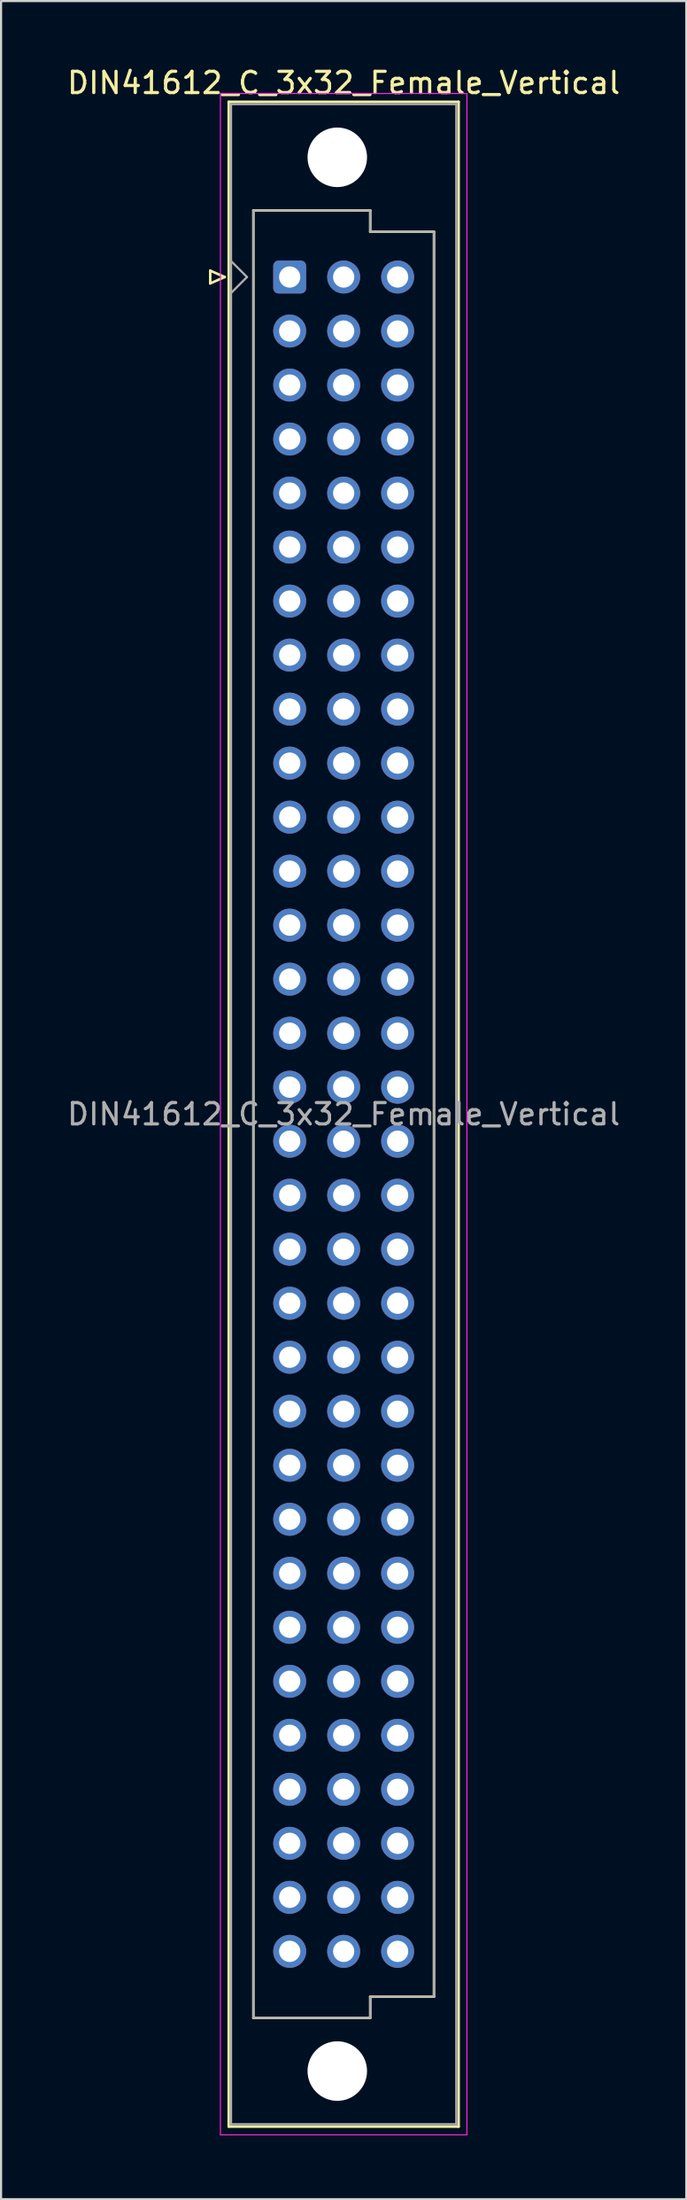
<source format=kicad_pcb>
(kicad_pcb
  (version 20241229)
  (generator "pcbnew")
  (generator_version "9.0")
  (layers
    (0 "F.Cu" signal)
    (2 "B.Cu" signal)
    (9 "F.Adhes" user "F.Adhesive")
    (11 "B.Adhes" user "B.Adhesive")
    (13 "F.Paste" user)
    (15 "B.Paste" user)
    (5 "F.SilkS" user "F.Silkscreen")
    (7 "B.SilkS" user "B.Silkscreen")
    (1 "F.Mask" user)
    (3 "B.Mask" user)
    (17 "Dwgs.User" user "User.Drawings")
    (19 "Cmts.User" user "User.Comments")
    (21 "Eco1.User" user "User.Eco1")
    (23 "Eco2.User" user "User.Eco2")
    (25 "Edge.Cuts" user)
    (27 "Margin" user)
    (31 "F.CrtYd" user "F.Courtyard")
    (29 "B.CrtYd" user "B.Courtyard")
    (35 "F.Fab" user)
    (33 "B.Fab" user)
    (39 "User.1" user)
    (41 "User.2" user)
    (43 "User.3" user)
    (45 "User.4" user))
  (footprint "DIN41612_C_3x32_Female_Vertical"
    (layer "F.Cu")
    (at 10.585 9.978)
    (property "Reference" "DIN41612_C_3x32_Female_Vertical" (at 2.54 -9.13 0) (layer "F.SilkS") (effects (font (size 1 1) (thickness 0.15))))
    (attr through_hole)
    (fp_line (start -3.74 -0.3) (end -3.74 0.3) (stroke (width 0.12) (type solid)) (layer "F.SilkS"))
    (fp_line (start -3.74 0.3) (end -3.06 0) (stroke (width 0.12) (type solid)) (layer "F.SilkS"))
    (fp_line (start -3.06 0) (end -3.74 -0.3) (stroke (width 0.12) (type solid)) (layer "F.SilkS"))
    (fp_line (start -2.87 -8.24) (end 7.95 -8.24) (stroke (width 0.12) (type solid)) (layer "F.SilkS"))
    (fp_line (start -2.87 86.98) (end -2.87 -8.24) (stroke (width 0.12) (type solid)) (layer "F.SilkS"))
    (fp_line (start -1.71 -3.13) (end 3.79 -3.13) (stroke (width 0.12) (type solid)) (layer "F.SilkS"))
    (fp_line (start -1.71 81.87) (end -1.71 -3.13) (stroke (width 0.12) (type solid)) (layer "F.SilkS"))
    (fp_line (start 3.79 -3.13) (end 3.79 -2.13) (stroke (width 0.12) (type solid)) (layer "F.SilkS"))
    (fp_line (start 3.79 -2.13) (end 6.79 -2.13) (stroke (width 0.12) (type solid)) (layer "F.SilkS"))
    (fp_line (start 3.79 80.87) (end 3.79 81.87) (stroke (width 0.12) (type solid)) (layer "F.SilkS"))
    (fp_line (start 3.79 81.87) (end -1.71 81.87) (stroke (width 0.12) (type solid)) (layer "F.SilkS"))
    (fp_line (start 6.79 -2.13) (end 6.79 80.87) (stroke (width 0.12) (type solid)) (layer "F.SilkS"))
    (fp_line (start 6.79 80.87) (end 3.79 80.87) (stroke (width 0.12) (type solid)) (layer "F.SilkS"))
    (fp_line (start 7.95 -8.24) (end 7.95 86.98) (stroke (width 0.12) (type solid)) (layer "F.SilkS"))
    (fp_line (start 7.95 86.98) (end -2.87 86.98) (stroke (width 0.12) (type solid)) (layer "F.SilkS"))
    (fp_line (start -3.26 -8.63) (end 8.34 -8.63) (stroke (width 0.05) (type solid)) (layer "F.CrtYd"))
    (fp_line (start -3.26 87.37) (end -3.26 -8.63) (stroke (width 0.05) (type solid)) (layer "F.CrtYd"))
    (fp_line (start 8.34 -8.63) (end 8.34 87.37) (stroke (width 0.05) (type solid)) (layer "F.CrtYd"))
    (fp_line (start 8.34 87.37) (end -3.26 87.37) (stroke (width 0.05) (type solid)) (layer "F.CrtYd"))
    (fp_line (start -2.76 -8.13) (end 7.84 -8.13) (stroke (width 0.1) (type solid)) (layer "F.Fab"))
    (fp_line (start -2.76 -0.75) (end -2.01 0) (stroke (width 0.1) (type solid)) (layer "F.Fab"))
    (fp_line (start -2.76 86.87) (end -2.76 -8.13) (stroke (width 0.1) (type solid)) (layer "F.Fab"))
    (fp_line (start -2.01 0) (end -2.76 0.75) (stroke (width 0.1) (type solid)) (layer "F.Fab"))
    (fp_line (start -1.71 -3.13) (end 3.79 -3.13) (stroke (width 0.1) (type solid)) (layer "F.Fab"))
    (fp_line (start -1.71 81.87) (end -1.71 -3.13) (stroke (width 0.1) (type solid)) (layer "F.Fab"))
    (fp_line (start 3.79 -3.13) (end 3.79 -2.13) (stroke (width 0.1) (type solid)) (layer "F.Fab"))
    (fp_line (start 3.79 -2.13) (end 6.79 -2.13) (stroke (width 0.1) (type solid)) (layer "F.Fab"))
    (fp_line (start 3.79 80.87) (end 3.79 81.87) (stroke (width 0.1) (type solid)) (layer "F.Fab"))
    (fp_line (start 3.79 81.87) (end -1.71 81.87) (stroke (width 0.1) (type solid)) (layer "F.Fab"))
    (fp_line (start 6.79 -2.13) (end 6.79 80.87) (stroke (width 0.1) (type solid)) (layer "F.Fab"))
    (fp_line (start 6.79 80.87) (end 3.79 80.87) (stroke (width 0.1) (type solid)) (layer "F.Fab"))
    (fp_line (start 7.84 -8.13) (end 7.84 86.87) (stroke (width 0.1) (type solid)) (layer "F.Fab"))
    (fp_line (start 7.84 86.87) (end -2.76 86.87) (stroke (width 0.1) (type solid)) (layer "F.Fab"))
    (fp_text user "${REFERENCE}" (at 2.54 39.37 0) (layer "F.Fab") (effects (font (size 1 1) (thickness 0.15))))
    (pad "" np_thru_hole circle (at 2.24 -5.63) (size 2.8 2.8) (drill 2.8) (layers "*.Cu" "*.Mask"))
    (pad "" np_thru_hole circle (at 2.24 84.37) (size 2.8 2.8) (drill 2.8) (layers "*.Cu" "*.Mask"))
    (pad "a1" thru_hole roundrect (at 0 0) (size 1.55 1.55) (drill 1) (layers "*.Cu" "*.Mask") (roundrect_rratio 0.161))
    (pad "a2" thru_hole circle (at 0 2.54) (size 1.55 1.55) (drill 1) (layers "*.Cu" "*.Mask"))
    (pad "a3" thru_hole circle (at 0 5.08) (size 1.55 1.55) (drill 1) (layers "*.Cu" "*.Mask"))
    (pad "a4" thru_hole circle (at 0 7.62) (size 1.55 1.55) (drill 1) (layers "*.Cu" "*.Mask"))
    (pad "a5" thru_hole circle (at 0 10.16) (size 1.55 1.55) (drill 1) (layers "*.Cu" "*.Mask"))
    (pad "a6" thru_hole circle (at 0 12.7) (size 1.55 1.55) (drill 1) (layers "*.Cu" "*.Mask"))
    (pad "a7" thru_hole circle (at 0 15.24) (size 1.55 1.55) (drill 1) (layers "*.Cu" "*.Mask"))
    (pad "a8" thru_hole circle (at 0 17.78) (size 1.55 1.55) (drill 1) (layers "*.Cu" "*.Mask"))
    (pad "a9" thru_hole circle (at 0 20.32) (size 1.55 1.55) (drill 1) (layers "*.Cu" "*.Mask"))
    (pad "a10" thru_hole circle (at 0 22.86) (size 1.55 1.55) (drill 1) (layers "*.Cu" "*.Mask"))
    (pad "a11" thru_hole circle (at 0 25.4) (size 1.55 1.55) (drill 1) (layers "*.Cu" "*.Mask"))
    (pad "a12" thru_hole circle (at 0 27.94) (size 1.55 1.55) (drill 1) (layers "*.Cu" "*.Mask"))
    (pad "a13" thru_hole circle (at 0 30.48) (size 1.55 1.55) (drill 1) (layers "*.Cu" "*.Mask"))
    (pad "a14" thru_hole circle (at 0 33.02) (size 1.55 1.55) (drill 1) (layers "*.Cu" "*.Mask"))
    (pad "a15" thru_hole circle (at 0 35.56) (size 1.55 1.55) (drill 1) (layers "*.Cu" "*.Mask"))
    (pad "a16" thru_hole circle (at 0 38.1) (size 1.55 1.55) (drill 1) (layers "*.Cu" "*.Mask"))
    (pad "a17" thru_hole circle (at 0 40.64) (size 1.55 1.55) (drill 1) (layers "*.Cu" "*.Mask"))
    (pad "a18" thru_hole circle (at 0 43.18) (size 1.55 1.55) (drill 1) (layers "*.Cu" "*.Mask"))
    (pad "a19" thru_hole circle (at 0 45.72) (size 1.55 1.55) (drill 1) (layers "*.Cu" "*.Mask"))
    (pad "a20" thru_hole circle (at 0 48.26) (size 1.55 1.55) (drill 1) (layers "*.Cu" "*.Mask"))
    (pad "a21" thru_hole circle (at 0 50.8) (size 1.55 1.55) (drill 1) (layers "*.Cu" "*.Mask"))
    (pad "a22" thru_hole circle (at 0 53.34) (size 1.55 1.55) (drill 1) (layers "*.Cu" "*.Mask"))
    (pad "a23" thru_hole circle (at 0 55.88) (size 1.55 1.55) (drill 1) (layers "*.Cu" "*.Mask"))
    (pad "a24" thru_hole circle (at 0 58.42) (size 1.55 1.55) (drill 1) (layers "*.Cu" "*.Mask"))
    (pad "a25" thru_hole circle (at 0 60.96) (size 1.55 1.55) (drill 1) (layers "*.Cu" "*.Mask"))
    (pad "a26" thru_hole circle (at 0 63.5) (size 1.55 1.55) (drill 1) (layers "*.Cu" "*.Mask"))
    (pad "a27" thru_hole circle (at 0 66.04) (size 1.55 1.55) (drill 1) (layers "*.Cu" "*.Mask"))
    (pad "a28" thru_hole circle (at 0 68.58) (size 1.55 1.55) (drill 1) (layers "*.Cu" "*.Mask"))
    (pad "a29" thru_hole circle (at 0 71.12) (size 1.55 1.55) (drill 1) (layers "*.Cu" "*.Mask"))
    (pad "a30" thru_hole circle (at 0 73.66) (size 1.55 1.55) (drill 1) (layers "*.Cu" "*.Mask"))
    (pad "a31" thru_hole circle (at 0 76.2) (size 1.55 1.55) (drill 1) (layers "*.Cu" "*.Mask"))
    (pad "a32" thru_hole circle (at 0 78.74) (size 1.55 1.55) (drill 1) (layers "*.Cu" "*.Mask"))
    (pad "b1" thru_hole circle (at 2.54 0) (size 1.55 1.55) (drill 1) (layers "*.Cu" "*.Mask"))
    (pad "b2" thru_hole circle (at 2.54 2.54) (size 1.55 1.55) (drill 1) (layers "*.Cu" "*.Mask"))
    (pad "b3" thru_hole circle (at 2.54 5.08) (size 1.55 1.55) (drill 1) (layers "*.Cu" "*.Mask"))
    (pad "b4" thru_hole circle (at 2.54 7.62) (size 1.55 1.55) (drill 1) (layers "*.Cu" "*.Mask"))
    (pad "b5" thru_hole circle (at 2.54 10.16) (size 1.55 1.55) (drill 1) (layers "*.Cu" "*.Mask"))
    (pad "b6" thru_hole circle (at 2.54 12.7) (size 1.55 1.55) (drill 1) (layers "*.Cu" "*.Mask"))
    (pad "b7" thru_hole circle (at 2.54 15.24) (size 1.55 1.55) (drill 1) (layers "*.Cu" "*.Mask"))
    (pad "b8" thru_hole circle (at 2.54 17.78) (size 1.55 1.55) (drill 1) (layers "*.Cu" "*.Mask"))
    (pad "b9" thru_hole circle (at 2.54 20.32) (size 1.55 1.55) (drill 1) (layers "*.Cu" "*.Mask"))
    (pad "b10" thru_hole circle (at 2.54 22.86) (size 1.55 1.55) (drill 1) (layers "*.Cu" "*.Mask"))
    (pad "b11" thru_hole circle (at 2.54 25.4) (size 1.55 1.55) (drill 1) (layers "*.Cu" "*.Mask"))
    (pad "b12" thru_hole circle (at 2.54 27.94) (size 1.55 1.55) (drill 1) (layers "*.Cu" "*.Mask"))
    (pad "b13" thru_hole circle (at 2.54 30.48) (size 1.55 1.55) (drill 1) (layers "*.Cu" "*.Mask"))
    (pad "b14" thru_hole circle (at 2.54 33.02) (size 1.55 1.55) (drill 1) (layers "*.Cu" "*.Mask"))
    (pad "b15" thru_hole circle (at 2.54 35.56) (size 1.55 1.55) (drill 1) (layers "*.Cu" "*.Mask"))
    (pad "b16" thru_hole circle (at 2.54 38.1) (size 1.55 1.55) (drill 1) (layers "*.Cu" "*.Mask"))
    (pad "b17" thru_hole circle (at 2.54 40.64) (size 1.55 1.55) (drill 1) (layers "*.Cu" "*.Mask"))
    (pad "b18" thru_hole circle (at 2.54 43.18) (size 1.55 1.55) (drill 1) (layers "*.Cu" "*.Mask"))
    (pad "b19" thru_hole circle (at 2.54 45.72) (size 1.55 1.55) (drill 1) (layers "*.Cu" "*.Mask"))
    (pad "b20" thru_hole circle (at 2.54 48.26) (size 1.55 1.55) (drill 1) (layers "*.Cu" "*.Mask"))
    (pad "b21" thru_hole circle (at 2.54 50.8) (size 1.55 1.55) (drill 1) (layers "*.Cu" "*.Mask"))
    (pad "b22" thru_hole circle (at 2.54 53.34) (size 1.55 1.55) (drill 1) (layers "*.Cu" "*.Mask"))
    (pad "b23" thru_hole circle (at 2.54 55.88) (size 1.55 1.55) (drill 1) (layers "*.Cu" "*.Mask"))
    (pad "b24" thru_hole circle (at 2.54 58.42) (size 1.55 1.55) (drill 1) (layers "*.Cu" "*.Mask"))
    (pad "b25" thru_hole circle (at 2.54 60.96) (size 1.55 1.55) (drill 1) (layers "*.Cu" "*.Mask"))
    (pad "b26" thru_hole circle (at 2.54 63.5) (size 1.55 1.55) (drill 1) (layers "*.Cu" "*.Mask"))
    (pad "b27" thru_hole circle (at 2.54 66.04) (size 1.55 1.55) (drill 1) (layers "*.Cu" "*.Mask"))
    (pad "b28" thru_hole circle (at 2.54 68.58) (size 1.55 1.55) (drill 1) (layers "*.Cu" "*.Mask"))
    (pad "b29" thru_hole circle (at 2.54 71.12) (size 1.55 1.55) (drill 1) (layers "*.Cu" "*.Mask"))
    (pad "b30" thru_hole circle (at 2.54 73.66) (size 1.55 1.55) (drill 1) (layers "*.Cu" "*.Mask"))
    (pad "b31" thru_hole circle (at 2.54 76.2) (size 1.55 1.55) (drill 1) (layers "*.Cu" "*.Mask"))
    (pad "b32" thru_hole circle (at 2.54 78.74) (size 1.55 1.55) (drill 1) (layers "*.Cu" "*.Mask"))
    (pad "c1" thru_hole circle (at 5.08 0) (size 1.55 1.55) (drill 1) (layers "*.Cu" "*.Mask"))
    (pad "c2" thru_hole circle (at 5.08 2.54) (size 1.55 1.55) (drill 1) (layers "*.Cu" "*.Mask"))
    (pad "c3" thru_hole circle (at 5.08 5.08) (size 1.55 1.55) (drill 1) (layers "*.Cu" "*.Mask"))
    (pad "c4" thru_hole circle (at 5.08 7.62) (size 1.55 1.55) (drill 1) (layers "*.Cu" "*.Mask"))
    (pad "c5" thru_hole circle (at 5.08 10.16) (size 1.55 1.55) (drill 1) (layers "*.Cu" "*.Mask"))
    (pad "c6" thru_hole circle (at 5.08 12.7) (size 1.55 1.55) (drill 1) (layers "*.Cu" "*.Mask"))
    (pad "c7" thru_hole circle (at 5.08 15.24) (size 1.55 1.55) (drill 1) (layers "*.Cu" "*.Mask"))
    (pad "c8" thru_hole circle (at 5.08 17.78) (size 1.55 1.55) (drill 1) (layers "*.Cu" "*.Mask"))
    (pad "c9" thru_hole circle (at 5.08 20.32) (size 1.55 1.55) (drill 1) (layers "*.Cu" "*.Mask"))
    (pad "c10" thru_hole circle (at 5.08 22.86) (size 1.55 1.55) (drill 1) (layers "*.Cu" "*.Mask"))
    (pad "c11" thru_hole circle (at 5.08 25.4) (size 1.55 1.55) (drill 1) (layers "*.Cu" "*.Mask"))
    (pad "c12" thru_hole circle (at 5.08 27.94) (size 1.55 1.55) (drill 1) (layers "*.Cu" "*.Mask"))
    (pad "c13" thru_hole circle (at 5.08 30.48) (size 1.55 1.55) (drill 1) (layers "*.Cu" "*.Mask"))
    (pad "c14" thru_hole circle (at 5.08 33.02) (size 1.55 1.55) (drill 1) (layers "*.Cu" "*.Mask"))
    (pad "c15" thru_hole circle (at 5.08 35.56) (size 1.55 1.55) (drill 1) (layers "*.Cu" "*.Mask"))
    (pad "c16" thru_hole circle (at 5.08 38.1) (size 1.55 1.55) (drill 1) (layers "*.Cu" "*.Mask"))
    (pad "c17" thru_hole circle (at 5.08 40.64) (size 1.55 1.55) (drill 1) (layers "*.Cu" "*.Mask"))
    (pad "c18" thru_hole circle (at 5.08 43.18) (size 1.55 1.55) (drill 1) (layers "*.Cu" "*.Mask"))
    (pad "c19" thru_hole circle (at 5.08 45.72) (size 1.55 1.55) (drill 1) (layers "*.Cu" "*.Mask"))
    (pad "c20" thru_hole circle (at 5.08 48.26) (size 1.55 1.55) (drill 1) (layers "*.Cu" "*.Mask"))
    (pad "c21" thru_hole circle (at 5.08 50.8) (size 1.55 1.55) (drill 1) (layers "*.Cu" "*.Mask"))
    (pad "c22" thru_hole circle (at 5.08 53.34) (size 1.55 1.55) (drill 1) (layers "*.Cu" "*.Mask"))
    (pad "c23" thru_hole circle (at 5.08 55.88) (size 1.55 1.55) (drill 1) (layers "*.Cu" "*.Mask"))
    (pad "c24" thru_hole circle (at 5.08 58.42) (size 1.55 1.55) (drill 1) (layers "*.Cu" "*.Mask"))
    (pad "c25" thru_hole circle (at 5.08 60.96) (size 1.55 1.55) (drill 1) (layers "*.Cu" "*.Mask"))
    (pad "c26" thru_hole circle (at 5.08 63.5) (size 1.55 1.55) (drill 1) (layers "*.Cu" "*.Mask"))
    (pad "c27" thru_hole circle (at 5.08 66.04) (size 1.55 1.55) (drill 1) (layers "*.Cu" "*.Mask"))
    (pad "c28" thru_hole circle (at 5.08 68.58) (size 1.55 1.55) (drill 1) (layers "*.Cu" "*.Mask"))
    (pad "c29" thru_hole circle (at 5.08 71.12) (size 1.55 1.55) (drill 1) (layers "*.Cu" "*.Mask"))
    (pad "c30" thru_hole circle (at 5.08 73.66) (size 1.55 1.55) (drill 1) (layers "*.Cu" "*.Mask"))
    (pad "c31" thru_hole circle (at 5.08 76.2) (size 1.55 1.55) (drill 1) (layers "*.Cu" "*.Mask"))
    (pad "c32" thru_hole circle (at 5.08 78.74) (size 1.55 1.55) (drill 1) (layers "*.Cu" "*.Mask")))
  (gr_rect
    (start -3 -3)
    (end 29.25 100.373)
    (stroke (width 0.1) (type default))
    (fill no)
    (layer "Edge.Cuts")))
</source>
